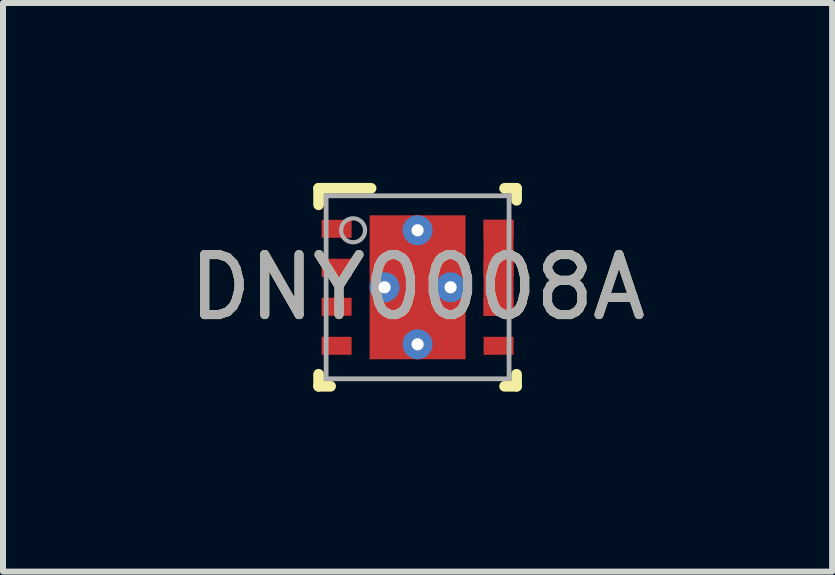
<source format=kicad_pcb>
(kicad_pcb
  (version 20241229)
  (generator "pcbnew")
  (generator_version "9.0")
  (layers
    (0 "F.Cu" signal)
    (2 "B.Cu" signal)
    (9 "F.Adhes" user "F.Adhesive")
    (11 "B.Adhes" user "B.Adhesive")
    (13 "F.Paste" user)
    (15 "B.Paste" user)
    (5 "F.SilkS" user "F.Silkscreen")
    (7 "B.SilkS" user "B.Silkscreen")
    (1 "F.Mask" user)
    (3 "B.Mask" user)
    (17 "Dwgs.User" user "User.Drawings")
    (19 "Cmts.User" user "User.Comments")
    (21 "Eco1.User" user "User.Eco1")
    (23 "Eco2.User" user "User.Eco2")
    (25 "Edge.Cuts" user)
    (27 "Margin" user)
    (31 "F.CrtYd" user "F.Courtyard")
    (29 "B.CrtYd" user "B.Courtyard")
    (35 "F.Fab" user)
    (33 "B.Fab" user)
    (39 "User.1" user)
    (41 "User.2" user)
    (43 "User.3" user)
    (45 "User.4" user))
  (footprint "DNY0008A"
    (layer "F.Cu")
    (at 3.911 1.739)
    (property "Reference" "DNY0008A" (at 0 0 0) (unlocked yes) (layer "F.SilkS") (effects (font (size 1 1) (thickness 0.15))))
    (attr smd)
    (fp_poly (pts (xy 1.1 0.475) (xy 1.6 0.475) (xy 1.6 -1.125) (xy 1.1 -1.125)) (stroke (width 0) (type solid)) (fill yes) (layer "F.Cu"))
    (fp_poly (pts (xy 1.049 0.526) (xy 1.651 0.526) (xy 1.651 -1.176) (xy 1.049 -1.176)) (stroke (width 0) (type solid)) (fill yes) (layer "F.Mask"))
    (fp_line (start -1.65 -1.65) (end -0.775 -1.65) (stroke (width 0.178) (type solid)) (layer "F.SilkS"))
    (fp_line (start -1.65 -1.375) (end -1.65 -1.65) (stroke (width 0.178) (type solid)) (layer "F.SilkS"))
    (fp_line (start -1.65 1.65) (end -1.65 1.45) (stroke (width 0.178) (type solid)) (layer "F.SilkS"))
    (fp_line (start -1.65 1.65) (end -1.45 1.65) (stroke (width 0.178) (type solid)) (layer "F.SilkS"))
    (fp_line (start 1.45 -1.65) (end 1.65 -1.65) (stroke (width 0.178) (type solid)) (layer "F.SilkS"))
    (fp_line (start 1.45 1.65) (end 1.65 1.65) (stroke (width 0.178) (type solid)) (layer "F.SilkS"))
    (fp_line (start 1.65 -1.45) (end 1.65 -1.65) (stroke (width 0.178) (type solid)) (layer "F.SilkS"))
    (fp_line (start 1.65 1.65) (end 1.65 1.45) (stroke (width 0.178) (type solid)) (layer "F.SilkS"))
    (fp_poly (pts (xy -0.735 0.1) (xy -0.735 1.17) (xy 0.735 1.17) (xy 0.735 0.1)) (stroke (width 0) (type solid)) (fill yes) (layer "F.Paste"))
    (fp_poly (pts (xy 0.735 -0.1) (xy 0.735 -1.17) (xy -0.735 -1.17) (xy -0.735 -0.1)) (stroke (width 0) (type solid)) (fill yes) (layer "F.Paste"))
    (fp_poly (pts (xy 1.1 0.475) (xy 1.6 0.475) (xy 1.6 -1.125) (xy 1.1 -1.125)) (stroke (width 0) (type solid)) (fill yes) (layer "F.Paste"))
    (fp_line (start -1.525 1.525) (end -1.525 -1.525) (stroke (width 0.08) (type solid)) (layer "F.Fab"))
    (fp_line (start -1.525 1.525) (end 1.525 1.525) (stroke (width 0.08) (type solid)) (layer "F.Fab"))
    (fp_line (start -1.525 -1.525) (end 1.525 -1.525) (stroke (width 0.08) (type solid)) (layer "F.Fab"))
    (fp_line (start 1.525 1.525) (end 1.525 -1.525) (stroke (width 0.08) (type solid)) (layer "F.Fab"))
    (fp_circle (center -1.075 -0.95) (end -0.875 -0.95) (stroke (width 0.07) (type solid)) (fill no) (layer "F.Fab"))
    (fp_text user "${REFERENCE}" (at 0 0 0) (unlocked yes) (layer "F.Fab") (effects (font (size 1 1) (thickness 0.15))))
    (pad "1" smd rect (at -1.35 -0.975) (size 0.5 0.3) (layers "F.Cu" "F.Mask" "F.Paste"))
    (pad "2" smd rect (at -1.35 -0.325) (size 0.5 0.3) (layers "F.Cu" "F.Mask" "F.Paste"))
    (pad "3" smd rect (at -1.35 0.325) (size 0.5 0.3) (layers "F.Cu" "F.Mask" "F.Paste"))
    (pad "4" smd rect (at -1.35 0.975) (size 0.5 0.3) (layers "F.Cu" "F.Mask" "F.Paste"))
    (pad "5" smd rect (at 1.35 0.975) (size 0.5 0.3) (layers "F.Cu" "F.Mask" "F.Paste"))
    (pad "6" smd rect (at 1.35 0.325) (size 0.5 0.3) (layers "F.Cu" "F.Mask" "F.Paste"))
    (pad "7" smd rect (at 1.35 -0.325) (size 0.5 0.3) (layers "F.Cu" "F.Mask" "F.Paste"))
    (pad "8" smd rect (at 1.35 -0.975) (size 0.5 0.3) (layers "F.Cu" "F.Mask" "F.Paste"))
    (pad "9" smd rect (at 0 0) (size 1.6 2.4) (layers "F.Cu" "F.Mask"))
    (pad "V" thru_hole circle (at -0.55 0) (size 0.5 0.5) (drill 0.203) (layers "*.Cu" "*.Mask"))
    (pad "V" thru_hole circle (at 0 -0.95) (size 0.5 0.5) (drill 0.203) (layers "*.Cu" "*.Mask"))
    (pad "V" thru_hole circle (at 0 0.95) (size 0.5 0.5) (drill 0.203) (layers "*.Cu" "*.Mask"))
    (pad "V" thru_hole circle (at 0.55 0) (size 0.5 0.5) (drill 0.203) (layers "*.Cu" "*.Mask")))
  (gr_rect
    (start -3 -3)
    (end 10.821 6.478)
    (stroke (width 0.1) (type default))
    (fill no)
    (layer "Edge.Cuts")))
</source>
